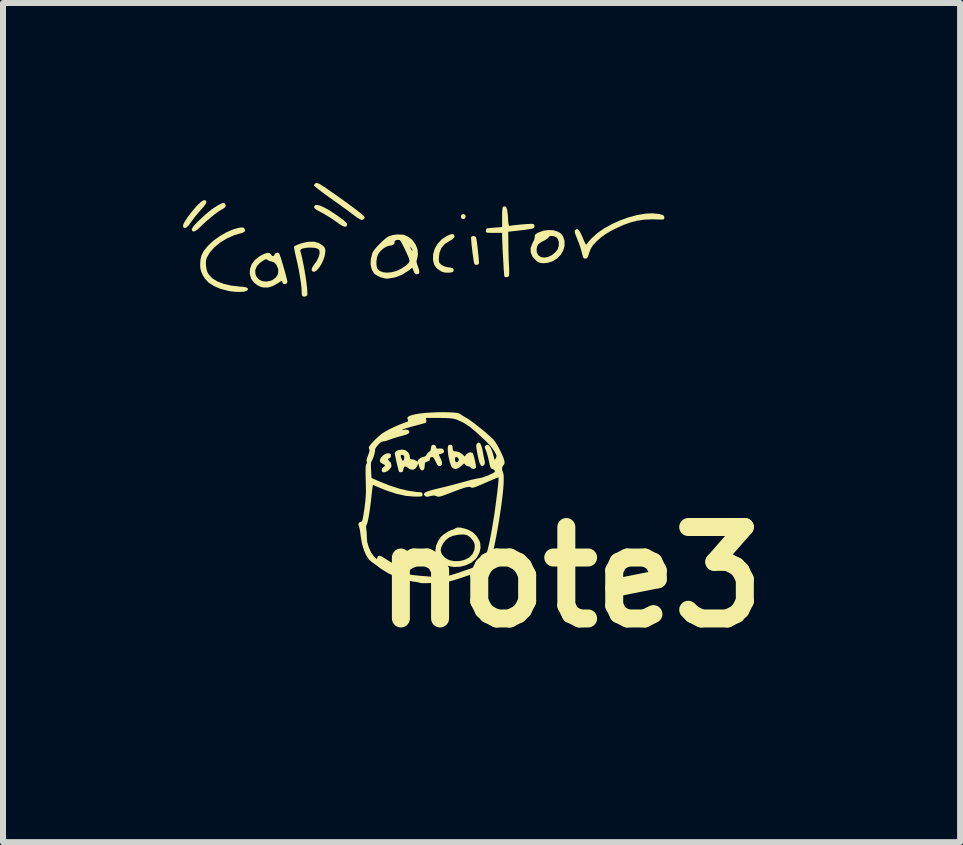
<source format=kicad_pcb>
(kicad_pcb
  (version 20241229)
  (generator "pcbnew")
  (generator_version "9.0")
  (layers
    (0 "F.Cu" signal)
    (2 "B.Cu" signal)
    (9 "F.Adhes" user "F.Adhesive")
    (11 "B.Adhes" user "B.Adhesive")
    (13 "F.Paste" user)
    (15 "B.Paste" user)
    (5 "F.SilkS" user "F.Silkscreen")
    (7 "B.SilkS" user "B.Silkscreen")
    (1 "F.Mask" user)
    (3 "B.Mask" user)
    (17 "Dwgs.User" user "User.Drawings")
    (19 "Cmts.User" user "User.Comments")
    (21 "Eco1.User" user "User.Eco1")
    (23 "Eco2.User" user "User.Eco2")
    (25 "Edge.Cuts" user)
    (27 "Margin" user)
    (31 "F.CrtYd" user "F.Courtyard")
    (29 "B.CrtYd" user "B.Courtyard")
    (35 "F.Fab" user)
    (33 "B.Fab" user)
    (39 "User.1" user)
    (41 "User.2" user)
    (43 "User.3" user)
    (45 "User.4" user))
  (footprint "note3"
    (layer "F.Cu")
    (at 6.463 6.57)
    (property "Reference" "note3" (at 0 0 0) (layer "F.SilkS") (effects (font (size 1.524 1.524) (thickness 0.3))))
    (attr board_only exclude_from_pos_files exclude_from_bom)
    (fp_poly (pts (xy -1.758 -6.038) (xy -1.751 -6.009) (xy -1.76 -5.979) (xy -1.785 -5.968) (xy -1.815 -5.973) (xy -1.826 -5.986) (xy -1.83 -6.023) (xy -1.812 -6.046) (xy -1.785 -6.051)) (stroke (width 0) (type solid)) (fill yes) (layer "F.SilkS"))
    (fp_poly (pts (xy -6.077 -6.273) (xy -6.073 -6.248) (xy -6.091 -6.21) (xy -6.133 -6.156) (xy -6.158 -6.129) (xy -6.212 -6.068) (xy -6.269 -5.998) (xy -6.318 -5.933) (xy -6.323 -5.925) (xy -6.368 -5.864) (xy -6.404 -5.829) (xy -6.433 -5.818) (xy -6.454 -5.828) (xy -6.463 -5.849) (xy -6.457 -5.88) (xy -6.434 -5.925) (xy -6.393 -5.988) (xy -6.382 -6.004) (xy -6.323 -6.082) (xy -6.265 -6.151) (xy -6.211 -6.21) (xy -6.163 -6.254) (xy -6.125 -6.279) (xy -6.105 -6.285)) (stroke (width 0) (type solid)) (fill yes) (layer "F.SilkS"))
    (fp_poly (pts (xy -1.512 -2.233) (xy -1.492 -2.197) (xy -1.474 -2.134) (xy -1.464 -2.087) (xy -1.453 -2.025) (xy -1.442 -1.971) (xy -1.433 -1.933) (xy -1.431 -1.925) (xy -1.432 -1.887) (xy -1.444 -1.87) (xy -1.465 -1.851) (xy -1.478 -1.85) (xy -1.499 -1.865) (xy -1.514 -1.89) (xy -1.53 -1.941) (xy -1.548 -2.017) (xy -1.553 -2.044) (xy -1.566 -2.115) (xy -1.573 -2.162) (xy -1.575 -2.193) (xy -1.571 -2.212) (xy -1.563 -2.225) (xy -1.561 -2.227) (xy -1.535 -2.243)) (stroke (width 0) (type solid)) (fill yes) (layer "F.SilkS"))
    (fp_poly (pts (xy -4.172 -6.19) (xy -4.1 -6.158) (xy -4.013 -6.108) (xy -3.91 -6.04) (xy -3.843 -5.992) (xy -3.785 -5.949) (xy -3.749 -5.917) (xy -3.73 -5.893) (xy -3.725 -5.874) (xy -3.726 -5.872) (xy -3.737 -5.846) (xy -3.762 -5.84) (xy -3.802 -5.853) (xy -3.859 -5.888) (xy -3.906 -5.922) (xy -3.976 -5.971) (xy -4.058 -6.022) (xy -4.135 -6.067) (xy -4.152 -6.076) (xy -4.213 -6.109) (xy -4.251 -6.132) (xy -4.271 -6.151) (xy -4.277 -6.167) (xy -4.277 -6.175) (xy -4.262 -6.2) (xy -4.226 -6.204)) (stroke (width 0) (type solid)) (fill yes) (layer "F.SilkS"))
    (fp_poly (pts (xy -1.585 -5.674) (xy -1.577 -5.661) (xy -1.571 -5.631) (xy -1.563 -5.581) (xy -1.555 -5.518) (xy -1.547 -5.447) (xy -1.539 -5.377) (xy -1.533 -5.313) (xy -1.53 -5.262) (xy -1.529 -5.23) (xy -1.53 -5.224) (xy -1.55 -5.207) (xy -1.579 -5.204) (xy -1.603 -5.216) (xy -1.605 -5.218) (xy -1.611 -5.239) (xy -1.619 -5.282) (xy -1.627 -5.341) (xy -1.637 -5.41) (xy -1.645 -5.482) (xy -1.653 -5.55) (xy -1.658 -5.608) (xy -1.661 -5.65) (xy -1.66 -5.668) (xy -1.641 -5.684) (xy -1.612 -5.685)) (stroke (width 0) (type solid)) (fill yes) (layer "F.SilkS"))
    (fp_poly (pts (xy -5.772 -6.232) (xy -5.763 -6.224) (xy -5.748 -6.195) (xy -5.762 -6.165) (xy -5.804 -6.134) (xy -5.817 -6.128) (xy -5.866 -6.097) (xy -5.93 -6.051) (xy -6.001 -5.994) (xy -6.074 -5.932) (xy -6.142 -5.87) (xy -6.17 -5.842) (xy -6.223 -5.792) (xy -6.263 -5.766) (xy -6.292 -5.761) (xy -6.307 -5.77) (xy -6.317 -5.789) (xy -6.309 -5.816) (xy -6.284 -5.853) (xy -6.238 -5.903) (xy -6.203 -5.938) (xy -6.087 -6.046) (xy -5.983 -6.131) (xy -5.89 -6.192) (xy -5.858 -6.209) (xy -5.815 -6.23) (xy -5.789 -6.237)) (stroke (width 0) (type solid)) (fill yes) (layer "F.SilkS"))
    (fp_poly (pts (xy -3.002 -2.05) (xy -2.999 -2.045) (xy -2.997 -2.011) (xy -3.01 -1.986) (xy -3.028 -1.979) (xy -3.047 -1.97) (xy -3.043 -1.952) (xy -3.029 -1.939) (xy -2.999 -1.907) (xy -2.987 -1.865) (xy -2.99 -1.838) (xy -3.014 -1.801) (xy -3.049 -1.77) (xy -3.089 -1.75) (xy -3.124 -1.746) (xy -3.141 -1.754) (xy -3.151 -1.782) (xy -3.142 -1.813) (xy -3.122 -1.832) (xy -3.096 -1.852) (xy -3.1 -1.87) (xy -3.132 -1.887) (xy -3.137 -1.889) (xy -3.172 -1.912) (xy -3.182 -1.945) (xy -3.169 -1.984) (xy -3.132 -2.025) (xy -3.108 -2.042) (xy -3.065 -2.062) (xy -3.027 -2.065)) (stroke (width 0) (type solid)) (fill yes) (layer "F.SilkS"))
    (fp_poly (pts (xy -4.214 -6.566) (xy -4.183 -6.551) (xy -4.138 -6.523) (xy -4.074 -6.481) (xy -4.061 -6.472) (xy -3.972 -6.41) (xy -3.878 -6.345) (xy -3.784 -6.277) (xy -3.694 -6.212) (xy -3.613 -6.152) (xy -3.546 -6.101) (xy -3.496 -6.061) (xy -3.481 -6.049) (xy -3.448 -6.018) (xy -3.434 -5.998) (xy -3.437 -5.982) (xy -3.443 -5.975) (xy -3.461 -5.958) (xy -3.483 -5.954) (xy -3.513 -5.964) (xy -3.555 -5.989) (xy -3.613 -6.032) (xy -3.635 -6.048) (xy -3.686 -6.087) (xy -3.755 -6.138) (xy -3.837 -6.197) (xy -3.924 -6.259) (xy -4.01 -6.321) (xy -4.02 -6.327) (xy -4.096 -6.382) (xy -4.163 -6.432) (xy -4.219 -6.475) (xy -4.258 -6.507) (xy -4.278 -6.527) (xy -4.28 -6.531) (xy -4.268 -6.553) (xy -4.251 -6.566) (xy -4.236 -6.57)) (stroke (width 0) (type solid)) (fill yes) (layer "F.SilkS"))
    (fp_poly (pts (xy -1.955 -5.715) (xy -1.954 -5.714) (xy -1.935 -5.686) (xy -1.943 -5.657) (xy -1.979 -5.626) (xy -2.018 -5.604) (xy -2.099 -5.551) (xy -2.155 -5.487) (xy -2.187 -5.407) (xy -2.196 -5.343) (xy -2.198 -5.29) (xy -2.195 -5.257) (xy -2.184 -5.234) (xy -2.162 -5.212) (xy -2.109 -5.18) (xy -2.054 -5.166) (xy -1.999 -5.158) (xy -1.967 -5.149) (xy -1.953 -5.137) (xy -1.951 -5.119) (xy -1.952 -5.112) (xy -1.958 -5.092) (xy -1.975 -5.082) (xy -2.009 -5.076) (xy -2.037 -5.075) (xy -2.096 -5.076) (xy -2.141 -5.088) (xy -2.178 -5.107) (xy -2.236 -5.151) (xy -2.272 -5.201) (xy -2.292 -5.268) (xy -2.295 -5.288) (xy -2.293 -5.382) (xy -2.266 -5.475) (xy -2.216 -5.56) (xy -2.147 -5.633) (xy -2.062 -5.688) (xy -2.062 -5.688) (xy -2.009 -5.711) (xy -1.975 -5.719)) (stroke (width 0) (type solid)) (fill yes) (layer "F.SilkS"))
    (fp_poly (pts (xy -5.465 -5.828) (xy -5.446 -5.819) (xy -5.441 -5.814) (xy -5.426 -5.784) (xy -5.437 -5.757) (xy -5.472 -5.739) (xy -5.477 -5.738) (xy -5.607 -5.7) (xy -5.731 -5.645) (xy -5.844 -5.576) (xy -5.941 -5.496) (xy -6.017 -5.409) (xy -6.044 -5.364) (xy -6.068 -5.318) (xy -6.079 -5.279) (xy -6.081 -5.235) (xy -6.079 -5.192) (xy -6.069 -5.126) (xy -6.052 -5.075) (xy -6.029 -5.038) (xy -5.971 -4.978) (xy -5.887 -4.928) (xy -5.783 -4.888) (xy -5.661 -4.86) (xy -5.527 -4.844) (xy -5.453 -4.838) (xy -5.407 -4.829) (xy -5.384 -4.815) (xy -5.381 -4.796) (xy -5.388 -4.781) (xy -5.413 -4.766) (xy -5.46 -4.756) (xy -5.524 -4.753) (xy -5.597 -4.756) (xy -5.674 -4.765) (xy -5.701 -4.77) (xy -5.837 -4.805) (xy -5.946 -4.851) (xy -6.033 -4.907) (xy -6.099 -4.977) (xy -6.133 -5.033) (xy -6.158 -5.088) (xy -6.171 -5.135) (xy -6.176 -5.19) (xy -6.176 -5.223) (xy -6.17 -5.301) (xy -6.153 -5.367) (xy -6.12 -5.43) (xy -6.067 -5.498) (xy -6.045 -5.524) (xy -5.958 -5.606) (xy -5.853 -5.682) (xy -5.74 -5.747) (xy -5.626 -5.796) (xy -5.543 -5.82) (xy -5.495 -5.828)) (stroke (width 0) (type solid)) (fill yes) (layer "F.SilkS"))
    (fp_poly (pts (xy -1.983 -2.202) (xy -1.971 -2.184) (xy -1.967 -2.151) (xy -1.962 -2.115) (xy -1.949 -2.099) (xy -1.919 -2.096) (xy -1.912 -2.096) (xy -1.857 -2.083) (xy -1.814 -2.054) (xy -1.766 -2.011) (xy -1.74 -2.046) (xy -1.708 -2.072) (xy -1.672 -2.081) (xy -1.64 -2.072) (xy -1.631 -2.063) (xy -1.62 -2.036) (xy -1.608 -1.992) (xy -1.595 -1.939) (xy -1.585 -1.887) (xy -1.578 -1.845) (xy -1.579 -1.822) (xy -1.579 -1.822) (xy -1.598 -1.807) (xy -1.629 -1.804) (xy -1.656 -1.813) (xy -1.666 -1.825) (xy -1.685 -1.842) (xy -1.709 -1.847) (xy -1.742 -1.858) (xy -1.758 -1.875) (xy -1.769 -1.89) (xy -1.782 -1.89) (xy -1.803 -1.872) (xy -1.823 -1.853) (xy -1.873 -1.815) (xy -1.92 -1.802) (xy -1.961 -1.812) (xy -1.984 -1.836) (xy -2.003 -1.878) (xy -2.021 -1.939) (xy -2.026 -1.964) (xy -1.93 -1.964) (xy -1.926 -1.943) (xy -1.912 -1.914) (xy -1.892 -1.914) (xy -1.87 -1.939) (xy -1.864 -1.964) (xy -1.88 -1.989) (xy -1.906 -2.004) (xy -1.924 -1.994) (xy -1.93 -1.964) (xy -2.026 -1.964) (xy -2.036 -2.008) (xy -2.046 -2.076) (xy -2.05 -2.132) (xy -2.049 -2.141) (xy -2.045 -2.181) (xy -2.035 -2.2) (xy -2.015 -2.206) (xy -2.008 -2.206)) (stroke (width 0) (type solid)) (fill yes) (layer "F.SilkS"))
    (fp_poly (pts (xy -0.285 -5.781) (xy -0.214 -5.759) (xy -0.157 -5.722) (xy -0.129 -5.684) (xy -0.102 -5.604) (xy -0.102 -5.523) (xy -0.124 -5.444) (xy -0.167 -5.372) (xy -0.226 -5.311) (xy -0.3 -5.265) (xy -0.385 -5.238) (xy -0.446 -5.232) (xy -0.498 -5.235) (xy -0.534 -5.246) (xy -0.569 -5.27) (xy -0.579 -5.279) (xy -0.638 -5.344) (xy -0.667 -5.414) (xy -0.667 -5.467) (xy -0.568 -5.467) (xy -0.564 -5.408) (xy -0.539 -5.364) (xy -0.497 -5.336) (xy -0.442 -5.326) (xy -0.38 -5.336) (xy -0.314 -5.367) (xy -0.301 -5.376) (xy -0.259 -5.412) (xy -0.224 -5.454) (xy -0.216 -5.468) (xy -0.198 -5.525) (xy -0.198 -5.585) (xy -0.214 -5.636) (xy -0.235 -5.661) (xy -0.267 -5.678) (xy -0.306 -5.686) (xy -0.341 -5.685) (xy -0.363 -5.675) (xy -0.366 -5.667) (xy -0.379 -5.65) (xy -0.41 -5.627) (xy -0.446 -5.608) (xy -0.502 -5.578) (xy -0.536 -5.551) (xy -0.556 -5.521) (xy -0.566 -5.479) (xy -0.568 -5.467) (xy -0.667 -5.467) (xy -0.667 -5.487) (xy -0.638 -5.565) (xy -0.627 -5.585) (xy -0.607 -5.627) (xy -0.599 -5.667) (xy -0.599 -5.674) (xy -0.597 -5.699) (xy -0.581 -5.719) (xy -0.546 -5.74) (xy -0.536 -5.745) (xy -0.452 -5.775) (xy -0.367 -5.786)) (stroke (width 0) (type solid)) (fill yes) (layer "F.SilkS"))
    (fp_poly (pts (xy -1.835 -0.825) (xy -1.759 -0.807) (xy -1.704 -0.788) (xy -1.631 -0.747) (xy -1.568 -0.685) (xy -1.523 -0.609) (xy -1.509 -0.571) (xy -1.502 -0.49) (xy -1.52 -0.407) (xy -1.562 -0.329) (xy -1.586 -0.299) (xy -1.659 -0.239) (xy -1.75 -0.196) (xy -1.85 -0.172) (xy -1.951 -0.169) (xy -2.046 -0.187) (xy -2.049 -0.188) (xy -2.138 -0.232) (xy -2.202 -0.291) (xy -2.242 -0.361) (xy -2.256 -0.44) (xy -2.254 -0.45) (xy -2.167 -0.45) (xy -2.155 -0.399) (xy -2.14 -0.371) (xy -2.092 -0.319) (xy -2.025 -0.283) (xy -1.944 -0.266) (xy -1.855 -0.267) (xy -1.771 -0.286) (xy -1.693 -0.326) (xy -1.638 -0.381) (xy -1.606 -0.451) (xy -1.601 -0.483) (xy -1.599 -0.533) (xy -1.608 -0.571) (xy -1.632 -0.612) (xy -1.636 -0.618) (xy -1.68 -0.669) (xy -1.728 -0.699) (xy -1.789 -0.711) (xy -1.869 -0.706) (xy -1.877 -0.705) (xy -1.963 -0.688) (xy -2.029 -0.66) (xy -2.081 -0.618) (xy -2.122 -0.566) (xy -2.156 -0.503) (xy -2.167 -0.45) (xy -2.254 -0.45) (xy -2.244 -0.524) (xy -2.205 -0.611) (xy -2.161 -0.673) (xy -2.128 -0.703) (xy -2.083 -0.735) (xy -2.034 -0.764) (xy -1.99 -0.785) (xy -1.963 -0.791) (xy -1.941 -0.801) (xy -1.925 -0.813) (xy -1.891 -0.827)) (stroke (width 0) (type solid)) (fill yes) (layer "F.SilkS"))
    (fp_poly (pts (xy 1.476 -6.053) (xy 1.495 -6.048) (xy 1.536 -6.035) (xy 1.556 -6.02) (xy 1.561 -5.997) (xy 1.561 -5.995) (xy 1.558 -5.971) (xy 1.544 -5.961) (xy 1.51 -5.96) (xy 1.502 -5.96) (xy 1.354 -5.964) (xy 1.226 -5.958) (xy 1.11 -5.941) (xy 0.999 -5.913) (xy 0.885 -5.872) (xy 0.789 -5.829) (xy 0.677 -5.774) (xy 0.586 -5.72) (xy 0.508 -5.664) (xy 0.435 -5.6) (xy 0.376 -5.538) (xy 0.337 -5.479) (xy 0.31 -5.41) (xy 0.301 -5.379) (xy 0.285 -5.334) (xy 0.266 -5.313) (xy 0.253 -5.309) (xy 0.224 -5.312) (xy 0.212 -5.321) (xy 0.204 -5.343) (xy 0.192 -5.384) (xy 0.181 -5.428) (xy 0.165 -5.485) (xy 0.141 -5.556) (xy 0.113 -5.626) (xy 0.108 -5.64) (xy 0.083 -5.7) (xy 0.07 -5.741) (xy 0.067 -5.766) (xy 0.073 -5.782) (xy 0.074 -5.782) (xy 0.096 -5.801) (xy 0.119 -5.798) (xy 0.144 -5.773) (xy 0.172 -5.723) (xy 0.206 -5.646) (xy 0.207 -5.643) (xy 0.231 -5.586) (xy 0.248 -5.554) (xy 0.259 -5.543) (xy 0.268 -5.55) (xy 0.269 -5.551) (xy 0.285 -5.575) (xy 0.316 -5.611) (xy 0.35 -5.648) (xy 0.444 -5.734) (xy 0.558 -5.813) (xy 0.686 -5.884) (xy 0.823 -5.946) (xy 0.965 -5.997) (xy 1.106 -6.035) (xy 1.241 -6.058) (xy 1.366 -6.064)) (stroke (width 0) (type solid)) (fill yes) (layer "F.SilkS"))
    (fp_poly (pts (xy -4.196 -5.569) (xy -4.131 -5.525) (xy -4.129 -5.524) (xy -4.104 -5.495) (xy -4.092 -5.468) (xy -4.09 -5.43) (xy -4.092 -5.403) (xy -4.104 -5.341) (xy -4.127 -5.276) (xy -4.159 -5.212) (xy -4.195 -5.157) (xy -4.232 -5.114) (xy -4.267 -5.091) (xy -4.285 -5.089) (xy -4.313 -5.103) (xy -4.319 -5.132) (xy -4.301 -5.175) (xy -4.283 -5.2) (xy -4.231 -5.274) (xy -4.198 -5.344) (xy -4.184 -5.403) (xy -4.191 -5.449) (xy -4.196 -5.458) (xy -4.223 -5.476) (xy -4.266 -5.488) (xy -4.319 -5.493) (xy -4.376 -5.492) (xy -4.43 -5.486) (xy -4.474 -5.475) (xy -4.502 -5.459) (xy -4.508 -5.44) (xy -4.489 -5.372) (xy -4.471 -5.29) (xy -4.452 -5.198) (xy -4.434 -5.101) (xy -4.418 -5.003) (xy -4.405 -4.911) (xy -4.395 -4.829) (xy -4.39 -4.762) (xy -4.389 -4.715) (xy -4.392 -4.697) (xy -4.411 -4.681) (xy -4.443 -4.675) (xy -4.471 -4.682) (xy -4.475 -4.685) (xy -4.481 -4.704) (xy -4.484 -4.743) (xy -4.485 -4.772) (xy -4.488 -4.831) (xy -4.498 -4.912) (xy -4.513 -5.008) (xy -4.531 -5.114) (xy -4.553 -5.222) (xy -4.577 -5.327) (xy -4.581 -5.345) (xy -4.596 -5.408) (xy -4.606 -5.461) (xy -4.611 -5.498) (xy -4.61 -5.51) (xy -4.589 -5.525) (xy -4.548 -5.543) (xy -4.494 -5.562) (xy -4.435 -5.578) (xy -4.38 -5.589) (xy -4.371 -5.59) (xy -4.277 -5.591)) (stroke (width 0) (type solid)) (fill yes) (layer "F.SilkS"))
    (fp_poly (pts (xy -4.863 -5.399) (xy -4.859 -5.394) (xy -4.849 -5.37) (xy -4.833 -5.325) (xy -4.814 -5.264) (xy -4.793 -5.194) (xy -4.772 -5.121) (xy -4.753 -5.051) (xy -4.737 -4.99) (xy -4.726 -4.944) (xy -4.722 -4.919) (xy -4.723 -4.918) (xy -4.737 -4.892) (xy -4.764 -4.882) (xy -4.79 -4.889) (xy -4.803 -4.909) (xy -4.811 -4.933) (xy -4.816 -4.939) (xy -4.83 -4.932) (xy -4.86 -4.913) (xy -4.884 -4.897) (xy -4.969 -4.85) (xy -5.048 -4.827) (xy -5.124 -4.828) (xy -5.164 -4.837) (xy -5.226 -4.867) (xy -5.283 -4.915) (xy -5.324 -4.97) (xy -5.326 -4.974) (xy -5.35 -5.056) (xy -5.347 -5.117) (xy -5.258 -5.117) (xy -5.255 -5.052) (xy -5.24 -5.012) (xy -5.199 -4.963) (xy -5.142 -4.934) (xy -5.074 -4.926) (xy -5.001 -4.94) (xy -4.967 -4.955) (xy -4.91 -4.998) (xy -4.879 -5.053) (xy -4.874 -5.118) (xy -4.88 -5.148) (xy -4.908 -5.209) (xy -4.945 -5.248) (xy -4.99 -5.262) (xy -5.027 -5.271) (xy -5.048 -5.284) (xy -5.071 -5.299) (xy -5.098 -5.292) (xy -5.104 -5.29) (xy -5.181 -5.238) (xy -5.233 -5.18) (xy -5.258 -5.117) (xy -5.347 -5.117) (xy -5.346 -5.138) (xy -5.317 -5.217) (xy -5.262 -5.288) (xy -5.185 -5.349) (xy -5.166 -5.359) (xy -5.1 -5.392) (xy -5.051 -5.406) (xy -5.018 -5.401) (xy -4.998 -5.379) (xy -4.978 -5.356) (xy -4.962 -5.35) (xy -4.943 -5.362) (xy -4.935 -5.379) (xy -4.917 -5.401) (xy -4.889 -5.409)) (stroke (width 0) (type solid)) (fill yes) (layer "F.SilkS"))
    (fp_poly (pts (xy -1.074 -6.164) (xy -1.06 -6.127) (xy -1.051 -6.066) (xy -1.045 -5.997) (xy -1.041 -5.929) (xy -1.036 -5.885) (xy -1.029 -5.862) (xy -1.02 -5.854) (xy -1.013 -5.854) (xy -0.981 -5.861) (xy -0.93 -5.867) (xy -0.867 -5.874) (xy -0.799 -5.88) (xy -0.733 -5.885) (xy -0.677 -5.888) (xy -0.638 -5.888) (xy -0.623 -5.887) (xy -0.605 -5.866) (xy -0.604 -5.845) (xy -0.607 -5.831) (xy -0.614 -5.821) (xy -0.63 -5.812) (xy -0.659 -5.805) (xy -0.704 -5.797) (xy -0.768 -5.788) (xy -0.857 -5.778) (xy -0.89 -5.774) (xy -1.041 -5.757) (xy -1.039 -5.557) (xy -1.038 -5.463) (xy -1.035 -5.361) (xy -1.032 -5.263) (xy -1.028 -5.191) (xy -1.025 -5.116) (xy -1.025 -5.058) (xy -1.029 -5.022) (xy -1.033 -5.012) (xy -1.059 -5) (xy -1.089 -5) (xy -1.105 -5.01) (xy -1.108 -5.027) (xy -1.111 -5.069) (xy -1.116 -5.129) (xy -1.12 -5.204) (xy -1.125 -5.288) (xy -1.13 -5.376) (xy -1.135 -5.464) (xy -1.138 -5.545) (xy -1.141 -5.616) (xy -1.143 -5.671) (xy -1.143 -5.694) (xy -1.143 -5.738) (xy -1.279 -5.738) (xy -1.342 -5.738) (xy -1.382 -5.74) (xy -1.404 -5.745) (xy -1.412 -5.754) (xy -1.414 -5.77) (xy -1.414 -5.775) (xy -1.407 -5.804) (xy -1.392 -5.814) (xy -1.368 -5.817) (xy -1.323 -5.821) (xy -1.267 -5.826) (xy -1.257 -5.826) (xy -1.143 -5.836) (xy -1.143 -6.002) (xy -1.143 -6.075) (xy -1.14 -6.124) (xy -1.136 -6.154) (xy -1.128 -6.17) (xy -1.119 -6.177) (xy -1.093 -6.18)) (stroke (width 0) (type solid)) (fill yes) (layer "F.SilkS"))
    (fp_poly (pts (xy -2.808 -5.709) (xy -2.774 -5.703) (xy -2.697 -5.668) (xy -2.633 -5.613) (xy -2.584 -5.542) (xy -2.553 -5.463) (xy -2.546 -5.38) (xy -2.558 -5.315) (xy -2.569 -5.277) (xy -2.568 -5.244) (xy -2.556 -5.204) (xy -2.549 -5.186) (xy -2.528 -5.123) (xy -2.522 -5.081) (xy -2.533 -5.057) (xy -2.543 -5.051) (xy -2.578 -5.049) (xy -2.605 -5.072) (xy -2.621 -5.108) (xy -2.64 -5.158) (xy -2.709 -5.105) (xy -2.809 -5.041) (xy -2.911 -5.001) (xy -2.956 -4.99) (xy -3.004 -4.983) (xy -3.045 -4.976) (xy -3.049 -4.975) (xy -3.083 -4.977) (xy -3.131 -4.987) (xy -3.166 -4.997) (xy -3.217 -5.02) (xy -3.26 -5.047) (xy -3.279 -5.063) (xy -3.317 -5.129) (xy -3.335 -5.21) (xy -3.333 -5.267) (xy -3.238 -5.267) (xy -3.238 -5.205) (xy -3.228 -5.154) (xy -3.223 -5.142) (xy -3.188 -5.106) (xy -3.133 -5.083) (xy -3.063 -5.075) (xy -2.985 -5.082) (xy -2.904 -5.104) (xy -2.872 -5.117) (xy -2.816 -5.147) (xy -2.761 -5.183) (xy -2.735 -5.203) (xy -2.702 -5.236) (xy -2.688 -5.262) (xy -2.689 -5.288) (xy -2.69 -5.29) (xy -2.701 -5.325) (xy -2.722 -5.374) (xy -2.748 -5.431) (xy -2.776 -5.491) (xy -2.782 -5.502) (xy -2.675 -5.502) (xy -2.665 -5.478) (xy -2.649 -5.445) (xy -2.64 -5.439) (xy -2.638 -5.449) (xy -2.646 -5.469) (xy -2.66 -5.49) (xy -2.675 -5.507) (xy -2.675 -5.502) (xy -2.782 -5.502) (xy -2.804 -5.545) (xy -2.828 -5.588) (xy -2.845 -5.614) (xy -2.85 -5.618) (xy -2.881 -5.622) (xy -2.912 -5.616) (xy -2.933 -5.602) (xy -2.936 -5.59) (xy -2.938 -5.56) (xy -2.962 -5.537) (xy -3.003 -5.526) (xy -3.013 -5.526) (xy -3.061 -5.514) (xy -3.116 -5.483) (xy -3.167 -5.439) (xy -3.207 -5.388) (xy -3.212 -5.379) (xy -3.229 -5.329) (xy -3.238 -5.267) (xy -3.333 -5.267) (xy -3.332 -5.301) (xy -3.308 -5.395) (xy -3.304 -5.408) (xy -3.281 -5.445) (xy -3.242 -5.494) (xy -3.192 -5.547) (xy -3.138 -5.6) (xy -3.086 -5.645) (xy -3.042 -5.675) (xy -3.036 -5.679) (xy -2.968 -5.702) (xy -2.887 -5.712)) (stroke (width 0) (type solid)) (fill yes) (layer "F.SilkS"))
    (fp_poly (pts (xy -2.257 -2.198) (xy -2.245 -2.171) (xy -2.238 -2.148) (xy -2.219 -2.141) (xy -2.192 -2.144) (xy -2.144 -2.143) (xy -2.117 -2.122) (xy -2.111 -2.093) (xy -2.124 -2.069) (xy -2.155 -2.057) (xy -2.185 -2.049) (xy -2.198 -2.042) (xy -2.199 -2.042) (xy -2.192 -2.027) (xy -2.177 -1.994) (xy -2.168 -1.977) (xy -2.146 -1.92) (xy -2.145 -1.878) (xy -2.165 -1.854) (xy -2.181 -1.849) (xy -2.201 -1.851) (xy -2.219 -1.866) (xy -2.239 -1.901) (xy -2.252 -1.927) (xy -2.277 -1.976) (xy -2.297 -2) (xy -2.311 -2.002) (xy -2.334 -1.994) (xy -2.339 -1.993) (xy -2.344 -1.981) (xy -2.345 -1.964) (xy -2.355 -1.939) (xy -2.389 -1.925) (xy -2.389 -1.925) (xy -2.417 -1.917) (xy -2.429 -1.901) (xy -2.433 -1.867) (xy -2.433 -1.854) (xy -2.441 -1.805) (xy -2.46 -1.78) (xy -2.485 -1.779) (xy -2.51 -1.802) (xy -2.529 -1.849) (xy -2.529 -1.85) (xy -2.539 -1.896) (xy -2.558 -1.851) (xy -2.589 -1.808) (xy -2.63 -1.789) (xy -2.676 -1.796) (xy -2.708 -1.817) (xy -2.745 -1.843) (xy -2.771 -1.842) (xy -2.785 -1.814) (xy -2.788 -1.799) (xy -2.796 -1.764) (xy -2.817 -1.748) (xy -2.825 -1.747) (xy -2.853 -1.75) (xy -2.864 -1.761) (xy -2.878 -1.814) (xy -2.894 -1.877) (xy -2.909 -1.941) (xy -2.921 -1.999) (xy -2.925 -2.019) (xy -2.834 -2.019) (xy -2.825 -1.986) (xy -2.809 -1.947) (xy -2.794 -1.937) (xy -2.781 -1.956) (xy -2.776 -1.97) (xy -2.774 -2.012) (xy -2.793 -2.034) (xy -2.814 -2.037) (xy -2.83 -2.034) (xy -2.834 -2.019) (xy -2.925 -2.019) (xy -2.929 -2.043) (xy -2.932 -2.063) (xy -2.918 -2.095) (xy -2.879 -2.116) (xy -2.819 -2.125) (xy -2.805 -2.125) (xy -2.751 -2.113) (xy -2.709 -2.079) (xy -2.685 -2.032) (xy -2.682 -2.009) (xy -2.678 -1.977) (xy -2.662 -1.965) (xy -2.643 -1.964) (xy -2.603 -1.955) (xy -2.577 -1.94) (xy -2.557 -1.924) (xy -2.551 -1.929) (xy -2.55 -1.939) (xy -2.538 -1.959) (xy -2.508 -1.982) (xy -2.471 -2) (xy -2.438 -2.008) (xy -2.438 -2.008) (xy -2.417 -2.02) (xy -2.401 -2.044) (xy -2.379 -2.075) (xy -2.358 -2.089) (xy -2.337 -2.11) (xy -2.328 -2.152) (xy -2.322 -2.188) (xy -2.308 -2.203) (xy -2.286 -2.206)) (stroke (width 0) (type solid)) (fill yes) (layer "F.SilkS"))
    (fp_poly (pts (xy -2.04 -2.748) (xy -1.963 -2.744) (xy -1.902 -2.739) (xy -1.862 -2.73) (xy -1.852 -2.725) (xy -1.825 -2.706) (xy -1.782 -2.679) (xy -1.737 -2.653) (xy -1.693 -2.626) (xy -1.633 -2.582) (xy -1.563 -2.529) (xy -1.489 -2.47) (xy -1.416 -2.41) (xy -1.352 -2.353) (xy -1.3 -2.305) (xy -1.285 -2.289) (xy -1.255 -2.251) (xy -1.22 -2.193) (xy -1.183 -2.125) (xy -1.149 -2.055) (xy -1.122 -1.992) (xy -1.106 -1.943) (xy -1.105 -1.939) (xy -1.102 -1.898) (xy -1.113 -1.873) (xy -1.118 -1.869) (xy -1.14 -1.837) (xy -1.144 -1.792) (xy -1.129 -1.745) (xy -1.12 -1.719) (xy -1.116 -1.678) (xy -1.116 -1.618) (xy -1.118 -1.547) (xy -1.126 -1.453) (xy -1.138 -1.339) (xy -1.154 -1.211) (xy -1.174 -1.074) (xy -1.196 -0.934) (xy -1.219 -0.797) (xy -1.243 -0.668) (xy -1.266 -0.551) (xy -1.288 -0.454) (xy -1.306 -0.388) (xy -1.322 -0.332) (xy -1.335 -0.282) (xy -1.342 -0.25) (xy -1.342 -0.249) (xy -1.345 -0.217) (xy -1.347 -0.202) (xy -1.362 -0.183) (xy -1.402 -0.158) (xy -1.463 -0.127) (xy -1.54 -0.093) (xy -1.632 -0.056) (xy -1.733 -0.019) (xy -1.84 0.018) (xy -1.95 0.052) (xy -2.019 0.071) (xy -2.074 0.086) (xy -2.109 0.092) (xy -2.13 0.09) (xy -2.145 0.081) (xy -2.147 0.079) (xy -2.159 0.051) (xy -2.151 0.021) (xy -2.129 0.002) (xy -2.118 0) (xy -2.093 -0.005) (xy -2.046 -0.018) (xy -1.983 -0.037) (xy -1.908 -0.061) (xy -1.828 -0.088) (xy -1.747 -0.116) (xy -1.671 -0.142) (xy -1.606 -0.166) (xy -1.558 -0.186) (xy -1.543 -0.192) (xy -1.452 -0.236) (xy -1.414 -0.356) (xy -1.389 -0.439) (xy -1.366 -0.53) (xy -1.344 -0.634) (xy -1.321 -0.754) (xy -1.297 -0.896) (xy -1.275 -1.033) (xy -1.26 -1.137) (xy -1.246 -1.241) (xy -1.233 -1.343) (xy -1.221 -1.437) (xy -1.212 -1.52) (xy -1.206 -1.588) (xy -1.202 -1.636) (xy -1.203 -1.66) (xy -1.204 -1.662) (xy -1.218 -1.658) (xy -1.255 -1.644) (xy -1.309 -1.621) (xy -1.376 -1.592) (xy -1.421 -1.572) (xy -1.502 -1.537) (xy -1.562 -1.512) (xy -1.604 -1.497) (xy -1.632 -1.49) (xy -1.652 -1.491) (xy -1.665 -1.496) (xy -1.681 -1.502) (xy -1.703 -1.503) (xy -1.732 -1.499) (xy -1.773 -1.488) (xy -1.83 -1.469) (xy -1.906 -1.442) (xy -2.005 -1.404) (xy -2.027 -1.396) (xy -2.1 -1.368) (xy -2.151 -1.35) (xy -2.186 -1.342) (xy -2.21 -1.34) (xy -2.228 -1.345) (xy -2.235 -1.348) (xy -2.265 -1.359) (xy -2.301 -1.358) (xy -2.339 -1.35) (xy -2.383 -1.34) (xy -2.41 -1.341) (xy -2.429 -1.353) (xy -2.431 -1.355) (xy -2.446 -1.375) (xy -2.445 -1.393) (xy -2.426 -1.411) (xy -2.386 -1.429) (xy -2.324 -1.448) (xy -2.236 -1.471) (xy -2.198 -1.48) (xy -2.098 -1.504) (xy -1.988 -1.532) (xy -1.88 -1.561) (xy -1.786 -1.586) (xy -1.773 -1.59) (xy -1.697 -1.611) (xy -1.625 -1.629) (xy -1.566 -1.642) (xy -1.527 -1.649) (xy -1.521 -1.65) (xy -1.481 -1.658) (xy -1.426 -1.676) (xy -1.367 -1.699) (xy -1.358 -1.703) (xy -1.304 -1.729) (xy -1.274 -1.746) (xy -1.262 -1.76) (xy -1.264 -1.773) (xy -1.266 -1.776) (xy -1.295 -1.799) (xy -1.311 -1.805) (xy -1.327 -1.813) (xy -1.339 -1.835) (xy -1.351 -1.875) (xy -1.364 -1.937) (xy -1.379 -2.002) (xy -1.396 -2.063) (xy -1.411 -2.109) (xy -1.415 -2.117) (xy -1.43 -2.153) (xy -1.432 -2.175) (xy -1.42 -2.192) (xy -1.418 -2.194) (xy -1.389 -2.208) (xy -1.36 -2.193) (xy -1.331 -2.15) (xy -1.303 -2.08) (xy -1.275 -1.982) (xy -1.27 -1.959) (xy -1.262 -1.961) (xy -1.247 -1.983) (xy -1.247 -1.984) (xy -1.237 -2.007) (xy -1.238 -2.028) (xy -1.25 -2.058) (xy -1.276 -2.103) (xy -1.277 -2.104) (xy -1.313 -2.156) (xy -1.362 -2.214) (xy -1.413 -2.266) (xy -1.414 -2.267) (xy -1.469 -2.317) (xy -1.527 -2.372) (xy -1.576 -2.417) (xy -1.678 -2.503) (xy -1.785 -2.573) (xy -1.889 -2.621) (xy -1.895 -2.624) (xy -1.934 -2.636) (xy -1.976 -2.644) (xy -2.027 -2.649) (xy -2.094 -2.652) (xy -2.182 -2.653) (xy -2.196 -2.653) (xy -2.414 -2.653) (xy -2.408 -2.618) (xy -2.408 -2.588) (xy -2.415 -2.574) (xy -2.434 -2.567) (xy -2.476 -2.555) (xy -2.534 -2.539) (xy -2.601 -2.521) (xy -2.601 -2.521) (xy -2.679 -2.5) (xy -2.741 -2.482) (xy -2.784 -2.468) (xy -2.807 -2.458) (xy -2.806 -2.453) (xy -2.78 -2.455) (xy -2.769 -2.457) (xy -2.725 -2.458) (xy -2.698 -2.442) (xy -2.698 -2.442) (xy -2.687 -2.417) (xy -2.701 -2.395) (xy -2.74 -2.375) (xy -2.807 -2.356) (xy -2.815 -2.354) (xy -2.886 -2.335) (xy -2.963 -2.311) (xy -3.013 -2.293) (xy -3.063 -2.275) (xy -3.104 -2.264) (xy -3.128 -2.262) (xy -3.128 -2.262) (xy -3.15 -2.257) (xy -3.181 -2.234) (xy -3.214 -2.201) (xy -3.242 -2.166) (xy -3.259 -2.135) (xy -3.26 -2.12) (xy -3.261 -2.097) (xy -3.27 -2.056) (xy -3.285 -2.007) (xy -3.303 -1.961) (xy -3.32 -1.926) (xy -3.326 -1.917) (xy -3.329 -1.899) (xy -3.33 -1.859) (xy -3.328 -1.804) (xy -3.327 -1.78) (xy -3.32 -1.652) (xy -3.191 -1.596) (xy -3.022 -1.528) (xy -2.858 -1.475) (xy -2.705 -1.439) (xy -2.567 -1.419) (xy -2.543 -1.418) (xy -2.499 -1.414) (xy -2.478 -1.407) (xy -2.47 -1.391) (xy -2.47 -1.378) (xy -2.471 -1.361) (xy -2.477 -1.35) (xy -2.495 -1.344) (xy -2.529 -1.342) (xy -2.585 -1.342) (xy -2.609 -1.342) (xy -2.748 -1.354) (xy -2.905 -1.389) (xy -3.078 -1.446) (xy -3.18 -1.487) (xy -3.297 -1.537) (xy -3.304 -1.491) (xy -3.308 -1.456) (xy -3.315 -1.401) (xy -3.322 -1.335) (xy -3.327 -1.29) (xy -3.34 -1.184) (xy -3.354 -1.086) (xy -3.368 -1.002) (xy -3.381 -0.934) (xy -3.394 -0.888) (xy -3.403 -0.869) (xy -3.411 -0.839) (xy -3.407 -0.795) (xy -3.4 -0.744) (xy -3.398 -0.686) (xy -3.399 -0.674) (xy -3.392 -0.589) (xy -3.367 -0.498) (xy -3.328 -0.412) (xy -3.284 -0.35) (xy -3.251 -0.316) (xy -3.234 -0.302) (xy -3.226 -0.306) (xy -3.225 -0.317) (xy -3.216 -0.348) (xy -3.191 -0.356) (xy -3.148 -0.342) (xy -3.095 -0.31) (xy -3.041 -0.275) (xy -2.985 -0.241) (xy -2.949 -0.221) (xy -2.899 -0.19) (xy -2.877 -0.161) (xy -2.882 -0.132) (xy -2.887 -0.125) (xy -2.89 -0.105) (xy -2.864 -0.085) (xy -2.812 -0.067) (xy -2.733 -0.05) (xy -2.629 -0.034) (xy -2.501 -0.021) (xy -2.42 -0.015) (xy -2.332 -0.007) (xy -2.271 0.001) (xy -2.233 0.011) (xy -2.215 0.021) (xy -2.2 0.041) (xy -2.207 0.059) (xy -2.218 0.07) (xy -2.239 0.083) (xy -2.275 0.093) (xy -2.331 0.098) (xy -2.371 0.1) (xy -2.43 0.102) (xy -2.476 0.101) (xy -2.504 0.098) (xy -2.508 0.096) (xy -2.525 0.091) (xy -2.565 0.083) (xy -2.618 0.075) (xy -2.64 0.072) (xy -2.771 0.045) (xy -2.909 -0.002) (xy -3.044 -0.065) (xy -3.166 -0.141) (xy -3.21 -0.174) (xy -3.252 -0.206) (xy -3.288 -0.233) (xy -3.305 -0.243) (xy -3.357 -0.286) (xy -3.404 -0.354) (xy -3.444 -0.442) (xy -3.476 -0.545) (xy -3.497 -0.659) (xy -3.501 -0.69) (xy -3.509 -0.751) (xy -3.518 -0.805) (xy -3.528 -0.842) (xy -3.531 -0.848) (xy -3.539 -0.884) (xy -3.525 -0.912) (xy -3.495 -0.923) (xy -3.486 -0.926) (xy -3.478 -0.935) (xy -3.47 -0.955) (xy -3.463 -0.991) (xy -3.453 -1.046) (xy -3.441 -1.125) (xy -3.436 -1.158) (xy -3.426 -1.24) (xy -3.418 -1.326) (xy -3.414 -1.404) (xy -3.413 -1.444) (xy -3.415 -1.511) (xy -3.416 -1.595) (xy -3.418 -1.68) (xy -3.419 -1.721) (xy -3.419 -1.799) (xy -3.416 -1.851) (xy -3.411 -1.879) (xy -3.404 -1.887) (xy -3.394 -1.902) (xy -3.399 -1.918) (xy -3.403 -1.947) (xy -3.391 -1.994) (xy -3.378 -2.03) (xy -3.358 -2.084) (xy -3.353 -2.117) (xy -3.359 -2.135) (xy -3.366 -2.159) (xy -3.352 -2.187) (xy -3.318 -2.23) (xy -3.27 -2.281) (xy -3.215 -2.334) (xy -3.163 -2.379) (xy -3.143 -2.394) (xy -3.091 -2.427) (xy -3.02 -2.465) (xy -2.94 -2.504) (xy -2.859 -2.539) (xy -2.787 -2.567) (xy -2.774 -2.571) (xy -2.731 -2.587) (xy -2.711 -2.599) (xy -2.709 -2.612) (xy -2.715 -2.623) (xy -2.724 -2.65) (xy -2.712 -2.671) (xy -2.678 -2.69) (xy -2.619 -2.708) (xy -2.561 -2.72) (xy -2.493 -2.73) (xy -2.41 -2.738) (xy -2.319 -2.744) (xy -2.223 -2.748) (xy -2.129 -2.749)) (stroke (width 0) (type solid)) (fill yes) (layer "F.SilkS")))
  (gr_rect
    (start -3 -3)
    (end 12.954 10.988)
    (stroke (width 0.1) (type default))
    (fill no)
    (layer "Edge.Cuts")))
</source>
